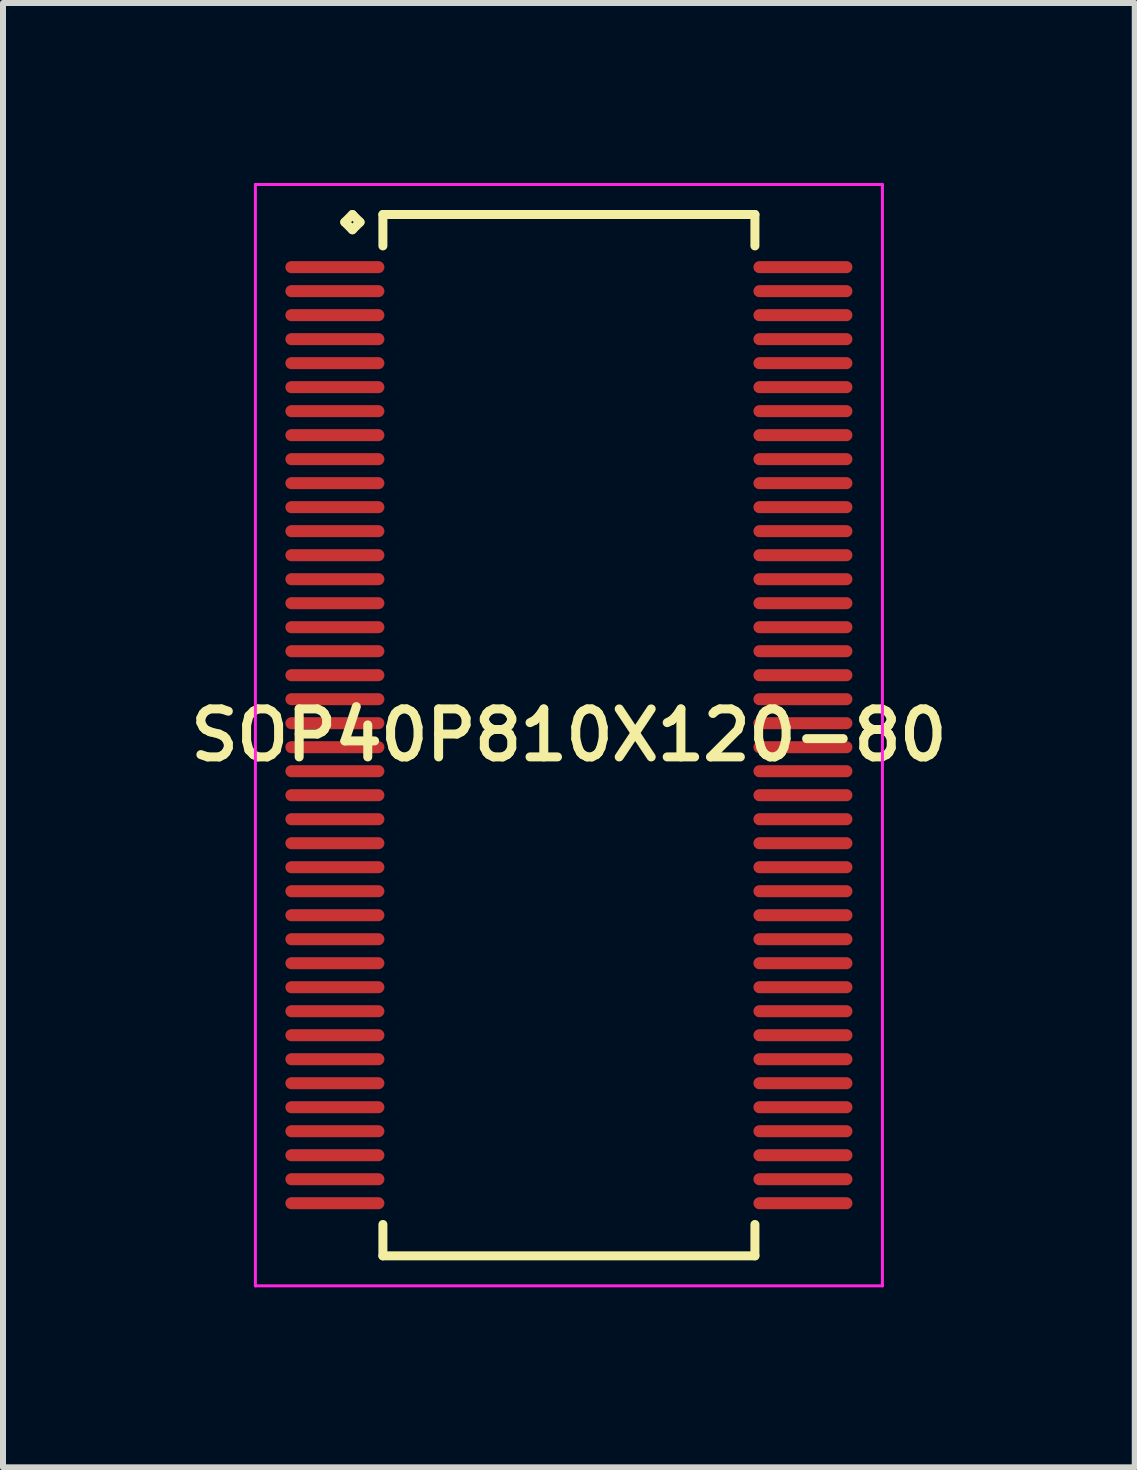
<source format=kicad_pcb>
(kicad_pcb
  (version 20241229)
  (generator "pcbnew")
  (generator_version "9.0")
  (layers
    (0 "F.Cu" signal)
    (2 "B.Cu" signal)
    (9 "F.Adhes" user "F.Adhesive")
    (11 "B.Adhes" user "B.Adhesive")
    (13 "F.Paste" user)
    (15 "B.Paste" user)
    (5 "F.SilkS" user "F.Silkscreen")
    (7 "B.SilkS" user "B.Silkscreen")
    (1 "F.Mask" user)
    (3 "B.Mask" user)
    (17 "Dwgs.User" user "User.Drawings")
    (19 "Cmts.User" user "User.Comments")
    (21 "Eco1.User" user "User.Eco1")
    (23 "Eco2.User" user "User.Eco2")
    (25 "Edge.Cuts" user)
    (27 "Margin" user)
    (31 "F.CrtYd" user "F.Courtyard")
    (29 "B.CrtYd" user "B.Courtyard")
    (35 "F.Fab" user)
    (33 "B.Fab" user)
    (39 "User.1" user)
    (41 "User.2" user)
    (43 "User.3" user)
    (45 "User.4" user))
  (footprint "SOP40P810X120-80"
    (layer "F.Cu")
    (at 6.431 9.202)
    (property "Reference" "SOP40P810X120-80" (at 0 0 0) (layer "F.SilkS") (effects (font (size 0.8 0.8) (thickness 0.15))))
    (attr smd)
    (fp_line (start -3.735 -8.55) (end -3.608 -8.677) (stroke (width 0.15) (type solid)) (layer "F.SilkS"))
    (fp_line (start -3.608 -8.677) (end -3.481 -8.55) (stroke (width 0.15) (type solid)) (layer "F.SilkS"))
    (fp_line (start -3.608 -8.423) (end -3.735 -8.55) (stroke (width 0.15) (type solid)) (layer "F.SilkS"))
    (fp_line (start -3.481 -8.55) (end -3.608 -8.423) (stroke (width 0.15) (type solid)) (layer "F.SilkS"))
    (fp_line (start -3.1 -8.677) (end 3.1 -8.677) (stroke (width 0.15) (type solid)) (layer "F.SilkS"))
    (fp_line (start -3.1 -8.154) (end -3.1 -8.677) (stroke (width 0.15) (type solid)) (layer "F.SilkS"))
    (fp_line (start -3.1 8.154) (end -3.1 8.677) (stroke (width 0.15) (type solid)) (layer "F.SilkS"))
    (fp_line (start -3.1 8.677) (end 3.1 8.677) (stroke (width 0.15) (type solid)) (layer "F.SilkS"))
    (fp_line (start 3.1 -8.677) (end 3.1 -8.154) (stroke (width 0.15) (type solid)) (layer "F.SilkS"))
    (fp_line (start 3.1 8.677) (end 3.1 8.154) (stroke (width 0.15) (type solid)) (layer "F.SilkS"))
    (fp_line (start -5.225 -9.177) (end 5.225 -9.177) (stroke (width 0.05) (type solid)) (layer "F.CrtYd"))
    (fp_line (start -5.225 9.177) (end -5.225 -9.177) (stroke (width 0.05) (type solid)) (layer "F.CrtYd"))
    (fp_line (start 5.225 -9.177) (end 5.225 9.177) (stroke (width 0.05) (type solid)) (layer "F.CrtYd"))
    (fp_line (start 5.225 9.177) (end -5.225 9.177) (stroke (width 0.05) (type solid)) (layer "F.CrtYd"))
    (pad "1" smd oval (at -3.9 -7.8) (size 1.65 0.2) (layers "F.Cu" "F.Mask" "F.Paste"))
    (pad "2" smd oval (at -3.9 -7.4) (size 1.65 0.2) (layers "F.Cu" "F.Mask" "F.Paste"))
    (pad "3" smd oval (at -3.9 -7) (size 1.65 0.2) (layers "F.Cu" "F.Mask" "F.Paste"))
    (pad "4" smd oval (at -3.9 -6.6) (size 1.65 0.2) (layers "F.Cu" "F.Mask" "F.Paste"))
    (pad "5" smd oval (at -3.9 -6.2) (size 1.65 0.2) (layers "F.Cu" "F.Mask" "F.Paste"))
    (pad "6" smd oval (at -3.9 -5.8) (size 1.65 0.2) (layers "F.Cu" "F.Mask" "F.Paste"))
    (pad "7" smd oval (at -3.9 -5.4) (size 1.65 0.2) (layers "F.Cu" "F.Mask" "F.Paste"))
    (pad "8" smd oval (at -3.9 -5) (size 1.65 0.2) (layers "F.Cu" "F.Mask" "F.Paste"))
    (pad "9" smd oval (at -3.9 -4.6) (size 1.65 0.2) (layers "F.Cu" "F.Mask" "F.Paste"))
    (pad "10" smd oval (at -3.9 -4.2) (size 1.65 0.2) (layers "F.Cu" "F.Mask" "F.Paste"))
    (pad "11" smd oval (at -3.9 -3.8) (size 1.65 0.2) (layers "F.Cu" "F.Mask" "F.Paste"))
    (pad "12" smd oval (at -3.9 -3.4) (size 1.65 0.2) (layers "F.Cu" "F.Mask" "F.Paste"))
    (pad "13" smd oval (at -3.9 -3) (size 1.65 0.2) (layers "F.Cu" "F.Mask" "F.Paste"))
    (pad "14" smd oval (at -3.9 -2.6) (size 1.65 0.2) (layers "F.Cu" "F.Mask" "F.Paste"))
    (pad "15" smd oval (at -3.9 -2.2) (size 1.65 0.2) (layers "F.Cu" "F.Mask" "F.Paste"))
    (pad "16" smd oval (at -3.9 -1.8) (size 1.65 0.2) (layers "F.Cu" "F.Mask" "F.Paste"))
    (pad "17" smd oval (at -3.9 -1.4) (size 1.65 0.2) (layers "F.Cu" "F.Mask" "F.Paste"))
    (pad "18" smd oval (at -3.9 -1) (size 1.65 0.2) (layers "F.Cu" "F.Mask" "F.Paste"))
    (pad "19" smd oval (at -3.9 -0.6) (size 1.65 0.2) (layers "F.Cu" "F.Mask" "F.Paste"))
    (pad "20" smd oval (at -3.9 -0.2) (size 1.65 0.2) (layers "F.Cu" "F.Mask" "F.Paste"))
    (pad "21" smd oval (at -3.9 0.2) (size 1.65 0.2) (layers "F.Cu" "F.Mask" "F.Paste"))
    (pad "22" smd oval (at -3.9 0.6) (size 1.65 0.2) (layers "F.Cu" "F.Mask" "F.Paste"))
    (pad "23" smd oval (at -3.9 1) (size 1.65 0.2) (layers "F.Cu" "F.Mask" "F.Paste"))
    (pad "24" smd oval (at -3.9 1.4) (size 1.65 0.2) (layers "F.Cu" "F.Mask" "F.Paste"))
    (pad "25" smd oval (at -3.9 1.8) (size 1.65 0.2) (layers "F.Cu" "F.Mask" "F.Paste"))
    (pad "26" smd oval (at -3.9 2.2) (size 1.65 0.2) (layers "F.Cu" "F.Mask" "F.Paste"))
    (pad "27" smd oval (at -3.9 2.6) (size 1.65 0.2) (layers "F.Cu" "F.Mask" "F.Paste"))
    (pad "28" smd oval (at -3.9 3) (size 1.65 0.2) (layers "F.Cu" "F.Mask" "F.Paste"))
    (pad "29" smd oval (at -3.9 3.4) (size 1.65 0.2) (layers "F.Cu" "F.Mask" "F.Paste"))
    (pad "30" smd oval (at -3.9 3.8) (size 1.65 0.2) (layers "F.Cu" "F.Mask" "F.Paste"))
    (pad "31" smd oval (at -3.9 4.2) (size 1.65 0.2) (layers "F.Cu" "F.Mask" "F.Paste"))
    (pad "32" smd oval (at -3.9 4.6) (size 1.65 0.2) (layers "F.Cu" "F.Mask" "F.Paste"))
    (pad "33" smd oval (at -3.9 5) (size 1.65 0.2) (layers "F.Cu" "F.Mask" "F.Paste"))
    (pad "34" smd oval (at -3.9 5.4) (size 1.65 0.2) (layers "F.Cu" "F.Mask" "F.Paste"))
    (pad "35" smd oval (at -3.9 5.8) (size 1.65 0.2) (layers "F.Cu" "F.Mask" "F.Paste"))
    (pad "36" smd oval (at -3.9 6.2) (size 1.65 0.2) (layers "F.Cu" "F.Mask" "F.Paste"))
    (pad "37" smd oval (at -3.9 6.6) (size 1.65 0.2) (layers "F.Cu" "F.Mask" "F.Paste"))
    (pad "38" smd oval (at -3.9 7) (size 1.65 0.2) (layers "F.Cu" "F.Mask" "F.Paste"))
    (pad "39" smd oval (at -3.9 7.4) (size 1.65 0.2) (layers "F.Cu" "F.Mask" "F.Paste"))
    (pad "40" smd oval (at -3.9 7.8) (size 1.65 0.2) (layers "F.Cu" "F.Mask" "F.Paste"))
    (pad "41" smd oval (at 3.9 7.8) (size 1.65 0.2) (layers "F.Cu" "F.Mask" "F.Paste"))
    (pad "42" smd oval (at 3.9 7.4) (size 1.65 0.2) (layers "F.Cu" "F.Mask" "F.Paste"))
    (pad "43" smd oval (at 3.9 7) (size 1.65 0.2) (layers "F.Cu" "F.Mask" "F.Paste"))
    (pad "44" smd oval (at 3.9 6.6) (size 1.65 0.2) (layers "F.Cu" "F.Mask" "F.Paste"))
    (pad "45" smd oval (at 3.9 6.2) (size 1.65 0.2) (layers "F.Cu" "F.Mask" "F.Paste"))
    (pad "46" smd oval (at 3.9 5.8) (size 1.65 0.2) (layers "F.Cu" "F.Mask" "F.Paste"))
    (pad "47" smd oval (at 3.9 5.4) (size 1.65 0.2) (layers "F.Cu" "F.Mask" "F.Paste"))
    (pad "48" smd oval (at 3.9 5) (size 1.65 0.2) (layers "F.Cu" "F.Mask" "F.Paste"))
    (pad "49" smd oval (at 3.9 4.6) (size 1.65 0.2) (layers "F.Cu" "F.Mask" "F.Paste"))
    (pad "50" smd oval (at 3.9 4.2) (size 1.65 0.2) (layers "F.Cu" "F.Mask" "F.Paste"))
    (pad "51" smd oval (at 3.9 3.8) (size 1.65 0.2) (layers "F.Cu" "F.Mask" "F.Paste"))
    (pad "52" smd oval (at 3.9 3.4) (size 1.65 0.2) (layers "F.Cu" "F.Mask" "F.Paste"))
    (pad "53" smd oval (at 3.9 3) (size 1.65 0.2) (layers "F.Cu" "F.Mask" "F.Paste"))
    (pad "54" smd oval (at 3.9 2.6) (size 1.65 0.2) (layers "F.Cu" "F.Mask" "F.Paste"))
    (pad "55" smd oval (at 3.9 2.2) (size 1.65 0.2) (layers "F.Cu" "F.Mask" "F.Paste"))
    (pad "56" smd oval (at 3.9 1.8) (size 1.65 0.2) (layers "F.Cu" "F.Mask" "F.Paste"))
    (pad "57" smd oval (at 3.9 1.4) (size 1.65 0.2) (layers "F.Cu" "F.Mask" "F.Paste"))
    (pad "58" smd oval (at 3.9 1) (size 1.65 0.2) (layers "F.Cu" "F.Mask" "F.Paste"))
    (pad "59" smd oval (at 3.9 0.6) (size 1.65 0.2) (layers "F.Cu" "F.Mask" "F.Paste"))
    (pad "60" smd oval (at 3.9 0.2) (size 1.65 0.2) (layers "F.Cu" "F.Mask" "F.Paste"))
    (pad "61" smd oval (at 3.9 -0.2) (size 1.65 0.2) (layers "F.Cu" "F.Mask" "F.Paste"))
    (pad "62" smd oval (at 3.9 -0.6) (size 1.65 0.2) (layers "F.Cu" "F.Mask" "F.Paste"))
    (pad "63" smd oval (at 3.9 -1) (size 1.65 0.2) (layers "F.Cu" "F.Mask" "F.Paste"))
    (pad "64" smd oval (at 3.9 -1.4) (size 1.65 0.2) (layers "F.Cu" "F.Mask" "F.Paste"))
    (pad "65" smd oval (at 3.9 -1.8) (size 1.65 0.2) (layers "F.Cu" "F.Mask" "F.Paste"))
    (pad "66" smd oval (at 3.9 -2.2) (size 1.65 0.2) (layers "F.Cu" "F.Mask" "F.Paste"))
    (pad "67" smd oval (at 3.9 -2.6) (size 1.65 0.2) (layers "F.Cu" "F.Mask" "F.Paste"))
    (pad "68" smd oval (at 3.9 -3) (size 1.65 0.2) (layers "F.Cu" "F.Mask" "F.Paste"))
    (pad "69" smd oval (at 3.9 -3.4) (size 1.65 0.2) (layers "F.Cu" "F.Mask" "F.Paste"))
    (pad "70" smd oval (at 3.9 -3.8) (size 1.65 0.2) (layers "F.Cu" "F.Mask" "F.Paste"))
    (pad "71" smd oval (at 3.9 -4.2) (size 1.65 0.2) (layers "F.Cu" "F.Mask" "F.Paste"))
    (pad "72" smd oval (at 3.9 -4.6) (size 1.65 0.2) (layers "F.Cu" "F.Mask" "F.Paste"))
    (pad "73" smd oval (at 3.9 -5) (size 1.65 0.2) (layers "F.Cu" "F.Mask" "F.Paste"))
    (pad "74" smd oval (at 3.9 -5.4) (size 1.65 0.2) (layers "F.Cu" "F.Mask" "F.Paste"))
    (pad "75" smd oval (at 3.9 -5.8) (size 1.65 0.2) (layers "F.Cu" "F.Mask" "F.Paste"))
    (pad "76" smd oval (at 3.9 -6.2) (size 1.65 0.2) (layers "F.Cu" "F.Mask" "F.Paste"))
    (pad "77" smd oval (at 3.9 -6.6) (size 1.65 0.2) (layers "F.Cu" "F.Mask" "F.Paste"))
    (pad "78" smd oval (at 3.9 -7) (size 1.65 0.2) (layers "F.Cu" "F.Mask" "F.Paste"))
    (pad "79" smd oval (at 3.9 -7.4) (size 1.65 0.2) (layers "F.Cu" "F.Mask" "F.Paste"))
    (pad "80" smd oval (at 3.9 -7.8) (size 1.65 0.2) (layers "F.Cu" "F.Mask" "F.Paste")))
  (gr_rect
    (start -3 -3)
    (end 15.861 21.404)
    (stroke (width 0.1) (type default))
    (fill no)
    (layer "Edge.Cuts")))
</source>
